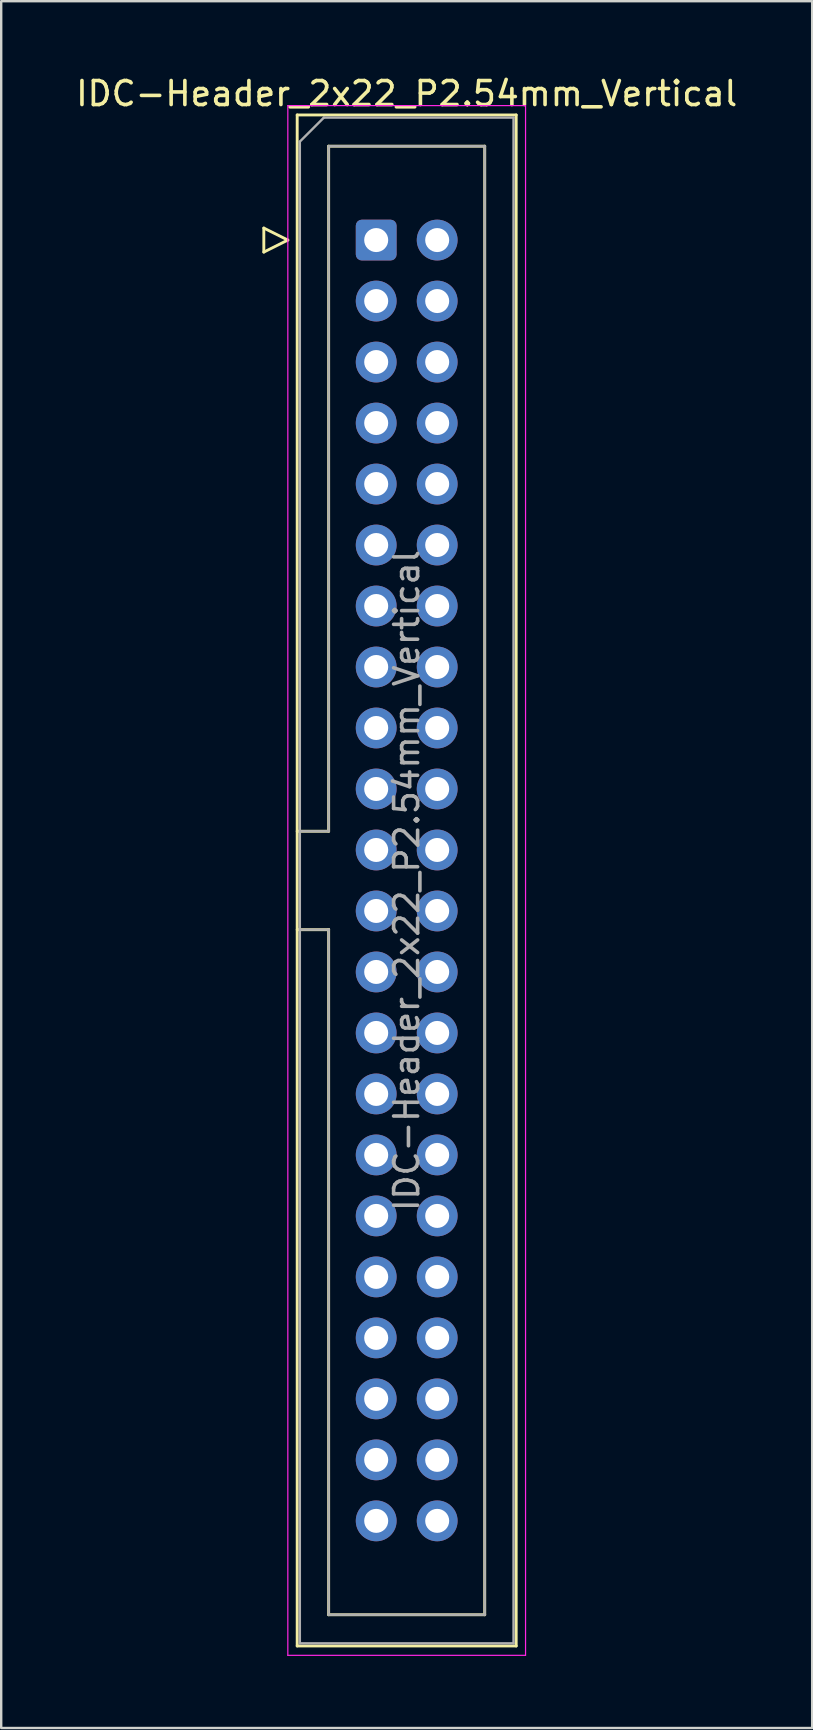
<source format=kicad_pcb>
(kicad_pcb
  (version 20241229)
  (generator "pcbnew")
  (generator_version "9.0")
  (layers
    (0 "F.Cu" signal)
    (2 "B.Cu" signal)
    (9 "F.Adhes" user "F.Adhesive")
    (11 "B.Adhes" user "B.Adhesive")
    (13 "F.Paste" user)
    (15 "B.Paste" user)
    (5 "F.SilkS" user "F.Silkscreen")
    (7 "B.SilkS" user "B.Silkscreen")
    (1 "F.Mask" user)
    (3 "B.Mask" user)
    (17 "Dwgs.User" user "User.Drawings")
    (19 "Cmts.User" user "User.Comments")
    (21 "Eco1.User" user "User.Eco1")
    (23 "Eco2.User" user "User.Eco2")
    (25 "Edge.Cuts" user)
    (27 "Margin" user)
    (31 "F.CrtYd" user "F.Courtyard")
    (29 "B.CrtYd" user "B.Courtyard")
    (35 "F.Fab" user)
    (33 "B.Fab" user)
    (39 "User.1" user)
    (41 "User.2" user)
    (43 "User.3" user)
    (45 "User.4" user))
  (footprint "IDC-Header_2x22_P2.54mm_Vertical"
    (layer "F.Cu")
    (at 12.617 6.948)
    (property "Reference" "IDC-Header_2x22_P2.54mm_Vertical" (at 1.27 -6.1 0) (layer "F.SilkS") (effects (font (size 1 1) (thickness 0.15))))
    (attr through_hole)
    (fp_line (start -4.68 -0.5) (end -4.68 0.5) (stroke (width 0.12) (type solid)) (layer "F.SilkS"))
    (fp_line (start -4.68 0.5) (end -3.68 0) (stroke (width 0.12) (type solid)) (layer "F.SilkS"))
    (fp_line (start -3.68 0) (end -4.68 -0.5) (stroke (width 0.12) (type solid)) (layer "F.SilkS"))
    (fp_line (start -3.29 -5.21) (end 5.83 -5.21) (stroke (width 0.12) (type solid)) (layer "F.SilkS"))
    (fp_line (start -3.29 24.62) (end -1.98 24.62) (stroke (width 0.12) (type solid)) (layer "F.SilkS"))
    (fp_line (start -3.29 58.55) (end -3.29 -5.21) (stroke (width 0.12) (type solid)) (layer "F.SilkS"))
    (fp_line (start -1.98 -3.91) (end 4.52 -3.91) (stroke (width 0.12) (type solid)) (layer "F.SilkS"))
    (fp_line (start -1.98 24.62) (end -1.98 -3.91) (stroke (width 0.12) (type solid)) (layer "F.SilkS"))
    (fp_line (start -1.98 28.72) (end -3.29 28.72) (stroke (width 0.12) (type solid)) (layer "F.SilkS"))
    (fp_line (start -1.98 28.72) (end -1.98 28.72) (stroke (width 0.12) (type solid)) (layer "F.SilkS"))
    (fp_line (start -1.98 57.25) (end -1.98 28.72) (stroke (width 0.12) (type solid)) (layer "F.SilkS"))
    (fp_line (start 4.52 -3.91) (end 4.52 57.25) (stroke (width 0.12) (type solid)) (layer "F.SilkS"))
    (fp_line (start 4.52 57.25) (end -1.98 57.25) (stroke (width 0.12) (type solid)) (layer "F.SilkS"))
    (fp_line (start 5.83 -5.21) (end 5.83 58.55) (stroke (width 0.12) (type solid)) (layer "F.SilkS"))
    (fp_line (start 5.83 58.55) (end -3.29 58.55) (stroke (width 0.12) (type solid)) (layer "F.SilkS"))
    (fp_line (start -3.68 -5.6) (end -3.68 58.94) (stroke (width 0.05) (type solid)) (layer "F.CrtYd"))
    (fp_line (start -3.68 58.94) (end 6.22 58.94) (stroke (width 0.05) (type solid)) (layer "F.CrtYd"))
    (fp_line (start 6.22 -5.6) (end -3.68 -5.6) (stroke (width 0.05) (type solid)) (layer "F.CrtYd"))
    (fp_line (start 6.22 58.94) (end 6.22 -5.6) (stroke (width 0.05) (type solid)) (layer "F.CrtYd"))
    (fp_line (start -3.18 -4.1) (end -2.18 -5.1) (stroke (width 0.1) (type solid)) (layer "F.Fab"))
    (fp_line (start -3.18 24.62) (end -1.98 24.62) (stroke (width 0.1) (type solid)) (layer "F.Fab"))
    (fp_line (start -3.18 58.44) (end -3.18 -4.1) (stroke (width 0.1) (type solid)) (layer "F.Fab"))
    (fp_line (start -2.18 -5.1) (end 5.72 -5.1) (stroke (width 0.1) (type solid)) (layer "F.Fab"))
    (fp_line (start -1.98 -3.91) (end 4.52 -3.91) (stroke (width 0.1) (type solid)) (layer "F.Fab"))
    (fp_line (start -1.98 24.62) (end -1.98 -3.91) (stroke (width 0.1) (type solid)) (layer "F.Fab"))
    (fp_line (start -1.98 28.72) (end -3.18 28.72) (stroke (width 0.1) (type solid)) (layer "F.Fab"))
    (fp_line (start -1.98 28.72) (end -1.98 28.72) (stroke (width 0.1) (type solid)) (layer "F.Fab"))
    (fp_line (start -1.98 57.25) (end -1.98 28.72) (stroke (width 0.1) (type solid)) (layer "F.Fab"))
    (fp_line (start 4.52 -3.91) (end 4.52 57.25) (stroke (width 0.1) (type solid)) (layer "F.Fab"))
    (fp_line (start 4.52 57.25) (end -1.98 57.25) (stroke (width 0.1) (type solid)) (layer "F.Fab"))
    (fp_line (start 5.72 -5.1) (end 5.72 58.44) (stroke (width 0.1) (type solid)) (layer "F.Fab"))
    (fp_line (start 5.72 58.44) (end -3.18 58.44) (stroke (width 0.1) (type solid)) (layer "F.Fab"))
    (fp_text user "${REFERENCE}" (at 1.27 26.67 90) (layer "F.Fab") (effects (font (size 1 1) (thickness 0.15))))
    (pad "1" thru_hole roundrect (at 0 0) (size 1.7 1.7) (drill 1) (layers "*.Cu" "*.Mask") (roundrect_rratio 0.147))
    (pad "2" thru_hole circle (at 2.54 0) (size 1.7 1.7) (drill 1) (layers "*.Cu" "*.Mask"))
    (pad "3" thru_hole circle (at 0 2.54) (size 1.7 1.7) (drill 1) (layers "*.Cu" "*.Mask"))
    (pad "4" thru_hole circle (at 2.54 2.54) (size 1.7 1.7) (drill 1) (layers "*.Cu" "*.Mask"))
    (pad "5" thru_hole circle (at 0 5.08) (size 1.7 1.7) (drill 1) (layers "*.Cu" "*.Mask"))
    (pad "6" thru_hole circle (at 2.54 5.08) (size 1.7 1.7) (drill 1) (layers "*.Cu" "*.Mask"))
    (pad "7" thru_hole circle (at 0 7.62) (size 1.7 1.7) (drill 1) (layers "*.Cu" "*.Mask"))
    (pad "8" thru_hole circle (at 2.54 7.62) (size 1.7 1.7) (drill 1) (layers "*.Cu" "*.Mask"))
    (pad "9" thru_hole circle (at 0 10.16) (size 1.7 1.7) (drill 1) (layers "*.Cu" "*.Mask"))
    (pad "10" thru_hole circle (at 2.54 10.16) (size 1.7 1.7) (drill 1) (layers "*.Cu" "*.Mask"))
    (pad "11" thru_hole circle (at 0 12.7) (size 1.7 1.7) (drill 1) (layers "*.Cu" "*.Mask"))
    (pad "12" thru_hole circle (at 2.54 12.7) (size 1.7 1.7) (drill 1) (layers "*.Cu" "*.Mask"))
    (pad "13" thru_hole circle (at 0 15.24) (size 1.7 1.7) (drill 1) (layers "*.Cu" "*.Mask"))
    (pad "14" thru_hole circle (at 2.54 15.24) (size 1.7 1.7) (drill 1) (layers "*.Cu" "*.Mask"))
    (pad "15" thru_hole circle (at 0 17.78) (size 1.7 1.7) (drill 1) (layers "*.Cu" "*.Mask"))
    (pad "16" thru_hole circle (at 2.54 17.78) (size 1.7 1.7) (drill 1) (layers "*.Cu" "*.Mask"))
    (pad "17" thru_hole circle (at 0 20.32) (size 1.7 1.7) (drill 1) (layers "*.Cu" "*.Mask"))
    (pad "18" thru_hole circle (at 2.54 20.32) (size 1.7 1.7) (drill 1) (layers "*.Cu" "*.Mask"))
    (pad "19" thru_hole circle (at 0 22.86) (size 1.7 1.7) (drill 1) (layers "*.Cu" "*.Mask"))
    (pad "20" thru_hole circle (at 2.54 22.86) (size 1.7 1.7) (drill 1) (layers "*.Cu" "*.Mask"))
    (pad "21" thru_hole circle (at 0 25.4) (size 1.7 1.7) (drill 1) (layers "*.Cu" "*.Mask"))
    (pad "22" thru_hole circle (at 2.54 25.4) (size 1.7 1.7) (drill 1) (layers "*.Cu" "*.Mask"))
    (pad "23" thru_hole circle (at 0 27.94) (size 1.7 1.7) (drill 1) (layers "*.Cu" "*.Mask"))
    (pad "24" thru_hole circle (at 2.54 27.94) (size 1.7 1.7) (drill 1) (layers "*.Cu" "*.Mask"))
    (pad "25" thru_hole circle (at 0 30.48) (size 1.7 1.7) (drill 1) (layers "*.Cu" "*.Mask"))
    (pad "26" thru_hole circle (at 2.54 30.48) (size 1.7 1.7) (drill 1) (layers "*.Cu" "*.Mask"))
    (pad "27" thru_hole circle (at 0 33.02) (size 1.7 1.7) (drill 1) (layers "*.Cu" "*.Mask"))
    (pad "28" thru_hole circle (at 2.54 33.02) (size 1.7 1.7) (drill 1) (layers "*.Cu" "*.Mask"))
    (pad "29" thru_hole circle (at 0 35.56) (size 1.7 1.7) (drill 1) (layers "*.Cu" "*.Mask"))
    (pad "30" thru_hole circle (at 2.54 35.56) (size 1.7 1.7) (drill 1) (layers "*.Cu" "*.Mask"))
    (pad "31" thru_hole circle (at 0 38.1) (size 1.7 1.7) (drill 1) (layers "*.Cu" "*.Mask"))
    (pad "32" thru_hole circle (at 2.54 38.1) (size 1.7 1.7) (drill 1) (layers "*.Cu" "*.Mask"))
    (pad "33" thru_hole circle (at 0 40.64) (size 1.7 1.7) (drill 1) (layers "*.Cu" "*.Mask"))
    (pad "34" thru_hole circle (at 2.54 40.64) (size 1.7 1.7) (drill 1) (layers "*.Cu" "*.Mask"))
    (pad "35" thru_hole circle (at 0 43.18) (size 1.7 1.7) (drill 1) (layers "*.Cu" "*.Mask"))
    (pad "36" thru_hole circle (at 2.54 43.18) (size 1.7 1.7) (drill 1) (layers "*.Cu" "*.Mask"))
    (pad "37" thru_hole circle (at 0 45.72) (size 1.7 1.7) (drill 1) (layers "*.Cu" "*.Mask"))
    (pad "38" thru_hole circle (at 2.54 45.72) (size 1.7 1.7) (drill 1) (layers "*.Cu" "*.Mask"))
    (pad "39" thru_hole circle (at 0 48.26) (size 1.7 1.7) (drill 1) (layers "*.Cu" "*.Mask"))
    (pad "40" thru_hole circle (at 2.54 48.26) (size 1.7 1.7) (drill 1) (layers "*.Cu" "*.Mask"))
    (pad "41" thru_hole circle (at 0 50.8) (size 1.7 1.7) (drill 1) (layers "*.Cu" "*.Mask"))
    (pad "42" thru_hole circle (at 2.54 50.8) (size 1.7 1.7) (drill 1) (layers "*.Cu" "*.Mask"))
    (pad "43" thru_hole circle (at 0 53.34) (size 1.7 1.7) (drill 1) (layers "*.Cu" "*.Mask"))
    (pad "44" thru_hole circle (at 2.54 53.34) (size 1.7 1.7) (drill 1) (layers "*.Cu" "*.Mask")))
  (gr_rect
    (start -3 -3)
    (end 30.774 68.913)
    (stroke (width 0.1) (type default))
    (fill no)
    (layer "Edge.Cuts")))
</source>
